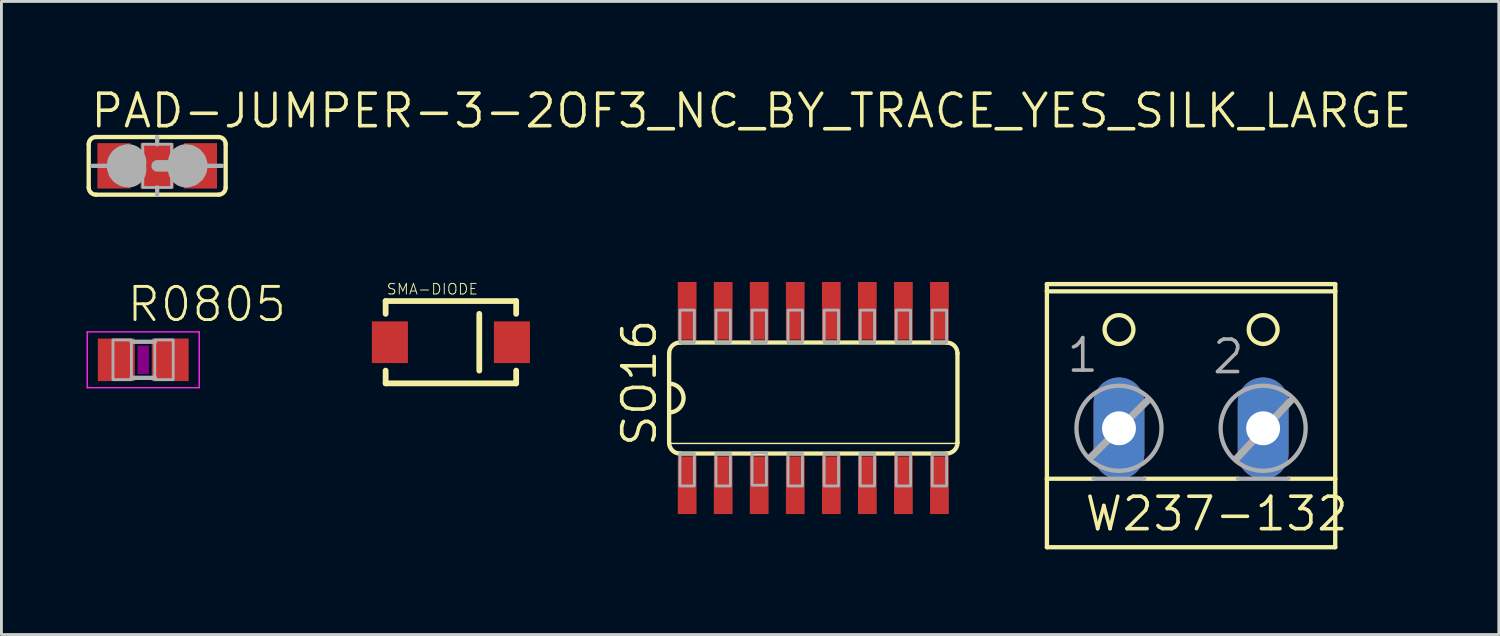
<source format=kicad_pcb>
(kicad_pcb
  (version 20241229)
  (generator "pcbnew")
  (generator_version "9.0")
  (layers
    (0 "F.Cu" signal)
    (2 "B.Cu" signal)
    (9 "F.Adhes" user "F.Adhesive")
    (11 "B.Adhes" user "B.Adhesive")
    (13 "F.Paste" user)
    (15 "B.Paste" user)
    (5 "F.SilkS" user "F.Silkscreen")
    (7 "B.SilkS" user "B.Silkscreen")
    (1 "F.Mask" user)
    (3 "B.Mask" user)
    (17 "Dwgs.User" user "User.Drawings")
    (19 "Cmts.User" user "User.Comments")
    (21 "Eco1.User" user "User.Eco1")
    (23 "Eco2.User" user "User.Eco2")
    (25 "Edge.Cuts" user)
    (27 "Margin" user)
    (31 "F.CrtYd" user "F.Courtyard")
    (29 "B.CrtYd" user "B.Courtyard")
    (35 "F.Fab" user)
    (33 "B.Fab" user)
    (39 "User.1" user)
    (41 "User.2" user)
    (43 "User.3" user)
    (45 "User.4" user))
  (footprint "R0805"
    (layer "F.Cu")
    (at 1.998 9.629)
    (property "Reference" "R0805" (at -0.635 -1.27 0) (layer "F.SilkS") (effects (font (size 1.168 1.168) (thickness 0.102)) (justify left bottom)))
    (fp_poly (pts (xy -0.2 0.5) (xy 0.2 0.5) (xy 0.2 -0.5) (xy -0.2 -0.5)) (stroke (width 0) (type solid)) (fill yes) (layer "F.Adhes"))
    (fp_line (start -1.973 -0.983) (end 1.973 -0.983) (stroke (width 0.051) (type solid)) (layer "F.CrtYd"))
    (fp_line (start -1.973 0.983) (end -1.973 -0.983) (stroke (width 0.051) (type solid)) (layer "F.CrtYd"))
    (fp_line (start 1.973 -0.983) (end 1.973 0.983) (stroke (width 0.051) (type solid)) (layer "F.CrtYd"))
    (fp_line (start 1.973 0.983) (end -1.973 0.983) (stroke (width 0.051) (type solid)) (layer "F.CrtYd"))
    (fp_line (start -0.41 -0.635) (end 0.41 -0.635) (stroke (width 0.152) (type solid)) (layer "F.Fab"))
    (fp_line (start -0.41 0.635) (end 0.41 0.635) (stroke (width 0.152) (type solid)) (layer "F.Fab"))
    (fp_poly (pts (xy -1.067 0.699) (xy -0.417 0.699) (xy -0.417 -0.702) (xy -1.067 -0.702)) (stroke (width 0.1) (type solid)) (fill no) (layer "F.Fab"))
    (fp_poly (pts (xy 0.406 0.699) (xy 1.056 0.699) (xy 1.056 -0.702) (xy 0.406 -0.702)) (stroke (width 0.1) (type solid)) (fill no) (layer "F.Fab"))
    (pad "1" smd rect (at -0.95 0) (size 1.3 1.5) (layers "F.Cu" "F.Mask" "F.Paste"))
    (pad "2" smd rect (at 0.95 0) (size 1.3 1.5) (layers "F.Cu" "F.Mask" "F.Paste")))
  (footprint "W237-132"
    (layer "F.Cu")
    (at 38.921 11.407)
    (property "Reference" "W237-132" (at -3.81 4.318 0) (layer "F.SilkS") (effects (font (size 1.143 1.143) (thickness 0.127)) (justify left bottom)))
    (fp_line (start -5.08 -4.445) (end 5.08 -4.445) (stroke (width 0.152) (type solid)) (layer "F.SilkS"))
    (fp_line (start -5.08 -4.191) (end -5.08 -4.445) (stroke (width 0.152) (type solid)) (layer "F.SilkS"))
    (fp_line (start -5.08 -4.191) (end -5.08 2.413) (stroke (width 0.152) (type solid)) (layer "F.SilkS"))
    (fp_line (start -5.08 -4.191) (end 5.08 -4.191) (stroke (width 0.152) (type solid)) (layer "F.SilkS"))
    (fp_line (start -5.08 2.413) (end -5.08 4.826) (stroke (width 0.152) (type solid)) (layer "F.SilkS"))
    (fp_line (start -5.08 2.413) (end -3.429 2.413) (stroke (width 0.152) (type solid)) (layer "F.SilkS"))
    (fp_line (start -1.651 2.413) (end 1.651 2.413) (stroke (width 0.152) (type solid)) (layer "F.SilkS"))
    (fp_line (start 3.429 2.413) (end 5.08 2.413) (stroke (width 0.152) (type solid)) (layer "F.SilkS"))
    (fp_line (start 5.08 -4.191) (end 5.08 -4.445) (stroke (width 0.152) (type solid)) (layer "F.SilkS"))
    (fp_line (start 5.08 2.413) (end 5.08 -4.191) (stroke (width 0.152) (type solid)) (layer "F.SilkS"))
    (fp_line (start 5.08 4.826) (end -5.08 4.826) (stroke (width 0.152) (type solid)) (layer "F.SilkS"))
    (fp_line (start 5.08 4.826) (end 5.08 2.413) (stroke (width 0.152) (type solid)) (layer "F.SilkS"))
    (fp_circle (center -2.54 -2.845) (end -2.032 -2.845) (stroke (width 0.152) (type solid)) (fill no) (layer "F.SilkS"))
    (fp_circle (center 2.54 -2.845) (end 3.048 -2.845) (stroke (width 0.152) (type solid)) (fill no) (layer "F.SilkS"))
    (fp_line (start -3.531 1.651) (end -1.524 -0.356) (stroke (width 0.254) (type solid)) (layer "F.Fab"))
    (fp_line (start -3.429 2.413) (end -1.651 2.413) (stroke (width 0.152) (type solid)) (layer "F.Fab"))
    (fp_line (start 1.626 1.676) (end 3.531 -0.356) (stroke (width 0.254) (type solid)) (layer "F.Fab"))
    (fp_line (start 1.651 2.413) (end 3.429 2.413) (stroke (width 0.152) (type solid)) (layer "F.Fab"))
    (fp_circle (center -2.54 0.635) (end -1.041 0.635) (stroke (width 0.152) (type solid)) (fill no) (layer "F.Fab"))
    (fp_circle (center 2.54 0.635) (end 4.039 0.635) (stroke (width 0.152) (type solid)) (fill no) (layer "F.Fab"))
    (fp_text user "1" (at -4.445 -1.27 0) (layer "F.Fab") (effects (font (size 1.143 1.143) (thickness 0.127)) (justify left bottom)))
    (fp_text user "2" (at 0.686 -1.219 0) (layer "F.Fab") (effects (font (size 1.143 1.143) (thickness 0.127)) (justify left bottom)))
    (pad "1" thru_hole oval (at -2.54 0.635 90) (size 3.581 1.791) (drill 1.194) (layers "*.Cu" "*.Mask"))
    (pad "2" thru_hole oval (at 2.54 0.635 90) (size 3.581 1.791) (drill 1.194) (layers "*.Cu" "*.Mask")))
  (footprint "PAD-JUMPER-3-2OF3_NC_BY_TRACE_YES_SILK_LARGE"
    (layer "F.Cu")
    (at 2.489 2.794)
    (property "Reference" "PAD-JUMPER-3-2OF3_NC_BY_TRACE_YES_SILK_LARGE" (at -2.413 -1.27 0) (layer "F.SilkS") (effects (font (size 1.143 1.143) (thickness 0.127)) (justify left bottom)))
    (fp_line (start 0 0) (end 1.27 0) (stroke (width 0.406) (type solid)) (layer "F.Cu"))
    (fp_line (start -2.413 0.762) (end -2.413 -0.762) (stroke (width 0.152) (type solid)) (layer "F.SilkS"))
    (fp_line (start -2.159 -1.016) (end 2.159 -1.016) (stroke (width 0.152) (type solid)) (layer "F.SilkS"))
    (fp_line (start 2.159 1.016) (end -2.159 1.016) (stroke (width 0.152) (type solid)) (layer "F.SilkS"))
    (fp_line (start 2.413 0.762) (end 2.413 -0.762) (stroke (width 0.152) (type solid)) (layer "F.SilkS"))
    (fp_arc (start -2.413 -0.762) (mid -2.338605 -0.941605) (end -2.159 -1.016) (stroke (width 0.1524) (type solid)) (layer "F.SilkS"))
    (fp_arc (start -2.159 1.016) (mid -2.338605 0.941605) (end -2.413 0.762) (stroke (width 0.1524) (type solid)) (layer "F.SilkS"))
    (fp_arc (start 2.159 -1.016) (mid 2.338605 -0.941605) (end 2.413 -0.762) (stroke (width 0.1524) (type solid)) (layer "F.SilkS"))
    (fp_arc (start 2.413 0.762) (mid 2.338605 0.941605) (end 2.159 1.016) (stroke (width 0.1524) (type solid)) (layer "F.SilkS"))
    (fp_line (start -1.778 0) (end -2.286 0) (stroke (width 0.152) (type solid)) (layer "F.Fab"))
    (fp_line (start 0 -0.762) (end 0 -1.016) (stroke (width 0.152) (type solid)) (layer "F.Fab"))
    (fp_line (start 0 0) (end 1.27 0) (stroke (width 0.406) (type solid)) (layer "F.Fab"))
    (fp_line (start 0 1.016) (end 0 0.762) (stroke (width 0.152) (type solid)) (layer "F.Fab"))
    (fp_line (start 1.778 0) (end 2.286 0) (stroke (width 0.152) (type solid)) (layer "F.Fab"))
    (fp_arc (start -1.016 0.127) (mid -1.143 0) (end -1.016 -0.127) (stroke (width 1.27) (type solid)) (layer "F.Fab"))
    (fp_arc (start 1.016 -0.127) (mid 1.143 0) (end 1.016 0.127) (stroke (width 1.27) (type solid)) (layer "F.Fab"))
    (fp_poly (pts (xy -0.508 0.762) (xy 0.508 0.762) (xy 0.508 -0.762) (xy -0.508 -0.762)) (stroke (width 0.1) (type solid)) (fill no) (layer "F.Fab"))
    (pad "1" smd rect (at -1.524 0) (size 1.168 1.6) (layers "F.Cu" "F.Mask" "F.Paste"))
    (pad "2" smd rect (at 0 0) (size 1.168 1.6) (layers "F.Cu" "F.Mask" "F.Paste"))
    (pad "3" smd rect (at 1.524 0) (size 1.168 1.6) (layers "F.Cu" "F.Mask" "F.Paste")))
  (footprint "SMA-DIODE"
    (layer "F.Cu")
    (at 12.839 9.009)
    (property "Reference" "SMA-DIODE" (at -2.286 -1.651 0) (layer "F.SilkS") (effects (font (size 0.374 0.374) (thickness 0.033)) (justify left bottom)))
    (fp_line (start -2.3 -1.45) (end 2.3 -1.45) (stroke (width 0.203) (type solid)) (layer "F.SilkS"))
    (fp_line (start -2.3 -1) (end -2.3 -1.45) (stroke (width 0.203) (type solid)) (layer "F.SilkS"))
    (fp_line (start -2.3 1.45) (end -2.3 1) (stroke (width 0.203) (type solid)) (layer "F.SilkS"))
    (fp_line (start 1 -1) (end 1 1) (stroke (width 0.203) (type solid)) (layer "F.SilkS"))
    (fp_line (start 2.3 -1.45) (end 2.3 -1) (stroke (width 0.203) (type solid)) (layer "F.SilkS"))
    (fp_line (start 2.3 1) (end 2.3 1.45) (stroke (width 0.203) (type solid)) (layer "F.SilkS"))
    (fp_line (start 2.3 1.45) (end -2.3 1.45) (stroke (width 0.203) (type solid)) (layer "F.SilkS"))
    (pad "A" smd rect (at -2.15 0 180) (size 1.27 1.47) (layers "F.Cu" "F.Mask" "F.Paste"))
    (pad "C" smd rect (at 2.15 0) (size 1.27 1.47) (layers "F.Cu" "F.Mask" "F.Paste")))
  (footprint "SO16"
    (layer "F.Cu")
    (at 25.609 10.976)
    (property "Reference" "SO16" (at -5.461 1.778 90) (layer "F.SilkS") (effects (font (size 1.143 1.143) (thickness 0.127)) (justify left bottom)))
    (fp_line (start -5.08 -1.575) (end -5.08 1.575) (stroke (width 0.152) (type solid)) (layer "F.SilkS"))
    (fp_line (start -5.08 1.6) (end 5.08 1.6) (stroke (width 0.051) (type solid)) (layer "F.SilkS"))
    (fp_line (start -4.699 1.956) (end 4.699 1.956) (stroke (width 0.152) (type solid)) (layer "F.SilkS"))
    (fp_line (start 4.699 -1.956) (end -4.699 -1.956) (stroke (width 0.152) (type solid)) (layer "F.SilkS"))
    (fp_line (start 5.08 1.575) (end 5.08 -1.575) (stroke (width 0.152) (type solid)) (layer "F.SilkS"))
    (fp_arc (start -5.08 -1.5748) (mid -4.968408 -1.844208) (end -4.699 -1.9558) (stroke (width 0.1524) (type solid)) (layer "F.SilkS"))
    (fp_arc (start -5.08 -0.508) (mid -4.572 0) (end -5.08 0.508) (stroke (width 0.1524) (type solid)) (layer "F.SilkS"))
    (fp_arc (start -4.699 1.9558) (mid -4.968408 1.844208) (end -5.08 1.5748) (stroke (width 0.1524) (type solid)) (layer "F.SilkS"))
    (fp_arc (start 4.699 -1.9558) (mid 4.968408 -1.844208) (end 5.08 -1.5748) (stroke (width 0.1524) (type solid)) (layer "F.SilkS"))
    (fp_arc (start 5.08 1.5748) (mid 4.968408 1.844208) (end 4.699 1.9558) (stroke (width 0.1524) (type solid)) (layer "F.SilkS"))
    (fp_poly (pts (xy -4.699 -1.956) (xy -4.191 -1.956) (xy -4.191 -3.099) (xy -4.699 -3.099)) (stroke (width 0.1) (type solid)) (fill no) (layer "F.Fab"))
    (fp_poly (pts (xy -4.699 3.099) (xy -4.191 3.099) (xy -4.191 1.956) (xy -4.699 1.956)) (stroke (width 0.1) (type solid)) (fill no) (layer "F.Fab"))
    (fp_poly (pts (xy -3.429 -1.956) (xy -2.921 -1.956) (xy -2.921 -3.099) (xy -3.429 -3.099)) (stroke (width 0.1) (type solid)) (fill no) (layer "F.Fab"))
    (fp_poly (pts (xy -3.429 3.099) (xy -2.921 3.099) (xy -2.921 1.956) (xy -3.429 1.956)) (stroke (width 0.1) (type solid)) (fill no) (layer "F.Fab"))
    (fp_poly (pts (xy -2.159 -1.956) (xy -1.651 -1.956) (xy -1.651 -3.099) (xy -2.159 -3.099)) (stroke (width 0.1) (type solid)) (fill no) (layer "F.Fab"))
    (fp_poly (pts (xy -2.159 3.073) (xy -1.651 3.073) (xy -1.651 1.93) (xy -2.159 1.93)) (stroke (width 0.1) (type solid)) (fill no) (layer "F.Fab"))
    (fp_poly (pts (xy -0.889 -1.956) (xy -0.381 -1.956) (xy -0.381 -3.099) (xy -0.889 -3.099)) (stroke (width 0.1) (type solid)) (fill no) (layer "F.Fab"))
    (fp_poly (pts (xy -0.889 3.099) (xy -0.381 3.099) (xy -0.381 1.956) (xy -0.889 1.956)) (stroke (width 0.1) (type solid)) (fill no) (layer "F.Fab"))
    (fp_poly (pts (xy 0.381 -1.956) (xy 0.889 -1.956) (xy 0.889 -3.099) (xy 0.381 -3.099)) (stroke (width 0.1) (type solid)) (fill no) (layer "F.Fab"))
    (fp_poly (pts (xy 0.381 3.099) (xy 0.889 3.099) (xy 0.889 1.956) (xy 0.381 1.956)) (stroke (width 0.1) (type solid)) (fill no) (layer "F.Fab"))
    (fp_poly (pts (xy 1.651 -1.956) (xy 2.159 -1.956) (xy 2.159 -3.099) (xy 1.651 -3.099)) (stroke (width 0.1) (type solid)) (fill no) (layer "F.Fab"))
    (fp_poly (pts (xy 1.651 3.099) (xy 2.159 3.099) (xy 2.159 1.956) (xy 1.651 1.956)) (stroke (width 0.1) (type solid)) (fill no) (layer "F.Fab"))
    (fp_poly (pts (xy 2.921 -1.956) (xy 3.429 -1.956) (xy 3.429 -3.099) (xy 2.921 -3.099)) (stroke (width 0.1) (type solid)) (fill no) (layer "F.Fab"))
    (fp_poly (pts (xy 2.921 3.099) (xy 3.429 3.099) (xy 3.429 1.956) (xy 2.921 1.956)) (stroke (width 0.1) (type solid)) (fill no) (layer "F.Fab"))
    (fp_poly (pts (xy 4.191 -1.956) (xy 4.699 -1.956) (xy 4.699 -3.099) (xy 4.191 -3.099)) (stroke (width 0.1) (type solid)) (fill no) (layer "F.Fab"))
    (fp_poly (pts (xy 4.191 3.099) (xy 4.699 3.099) (xy 4.699 1.956) (xy 4.191 1.956)) (stroke (width 0.1) (type solid)) (fill no) (layer "F.Fab"))
    (pad "1" smd rect (at -4.445 3.073) (size 0.66 2.032) (layers "F.Cu" "F.Mask" "F.Paste"))
    (pad "2" smd rect (at -3.175 3.073) (size 0.66 2.032) (layers "F.Cu" "F.Mask" "F.Paste"))
    (pad "3" smd rect (at -1.905 3.073) (size 0.66 2.032) (layers "F.Cu" "F.Mask" "F.Paste"))
    (pad "4" smd rect (at -0.635 3.073) (size 0.66 2.032) (layers "F.Cu" "F.Mask" "F.Paste"))
    (pad "5" smd rect (at 0.635 3.073) (size 0.66 2.032) (layers "F.Cu" "F.Mask" "F.Paste"))
    (pad "6" smd rect (at 1.905 3.073) (size 0.66 2.032) (layers "F.Cu" "F.Mask" "F.Paste"))
    (pad "7" smd rect (at 3.175 3.073) (size 0.66 2.032) (layers "F.Cu" "F.Mask" "F.Paste"))
    (pad "8" smd rect (at 4.445 3.073) (size 0.66 2.032) (layers "F.Cu" "F.Mask" "F.Paste"))
    (pad "9" smd rect (at 4.445 -3.073) (size 0.66 2.032) (layers "F.Cu" "F.Mask" "F.Paste"))
    (pad "10" smd rect (at 3.175 -3.073) (size 0.66 2.032) (layers "F.Cu" "F.Mask" "F.Paste"))
    (pad "11" smd rect (at 1.905 -3.073) (size 0.66 2.032) (layers "F.Cu" "F.Mask" "F.Paste"))
    (pad "12" smd rect (at 0.635 -3.073) (size 0.66 2.032) (layers "F.Cu" "F.Mask" "F.Paste"))
    (pad "13" smd rect (at -0.635 -3.073) (size 0.66 2.032) (layers "F.Cu" "F.Mask" "F.Paste"))
    (pad "14" smd rect (at -1.905 -3.073) (size 0.66 2.032) (layers "F.Cu" "F.Mask" "F.Paste"))
    (pad "15" smd rect (at -3.175 -3.073) (size 0.66 2.032) (layers "F.Cu" "F.Mask" "F.Paste"))
    (pad "16" smd rect (at -4.445 -3.073) (size 0.66 2.032) (layers "F.Cu" "F.Mask" "F.Paste")))
  (gr_rect
    (start -3 -3)
    (end 49.765 19.31)
    (stroke (width 0.1) (type default))
    (fill no)
    (layer "Edge.Cuts")))
</source>
